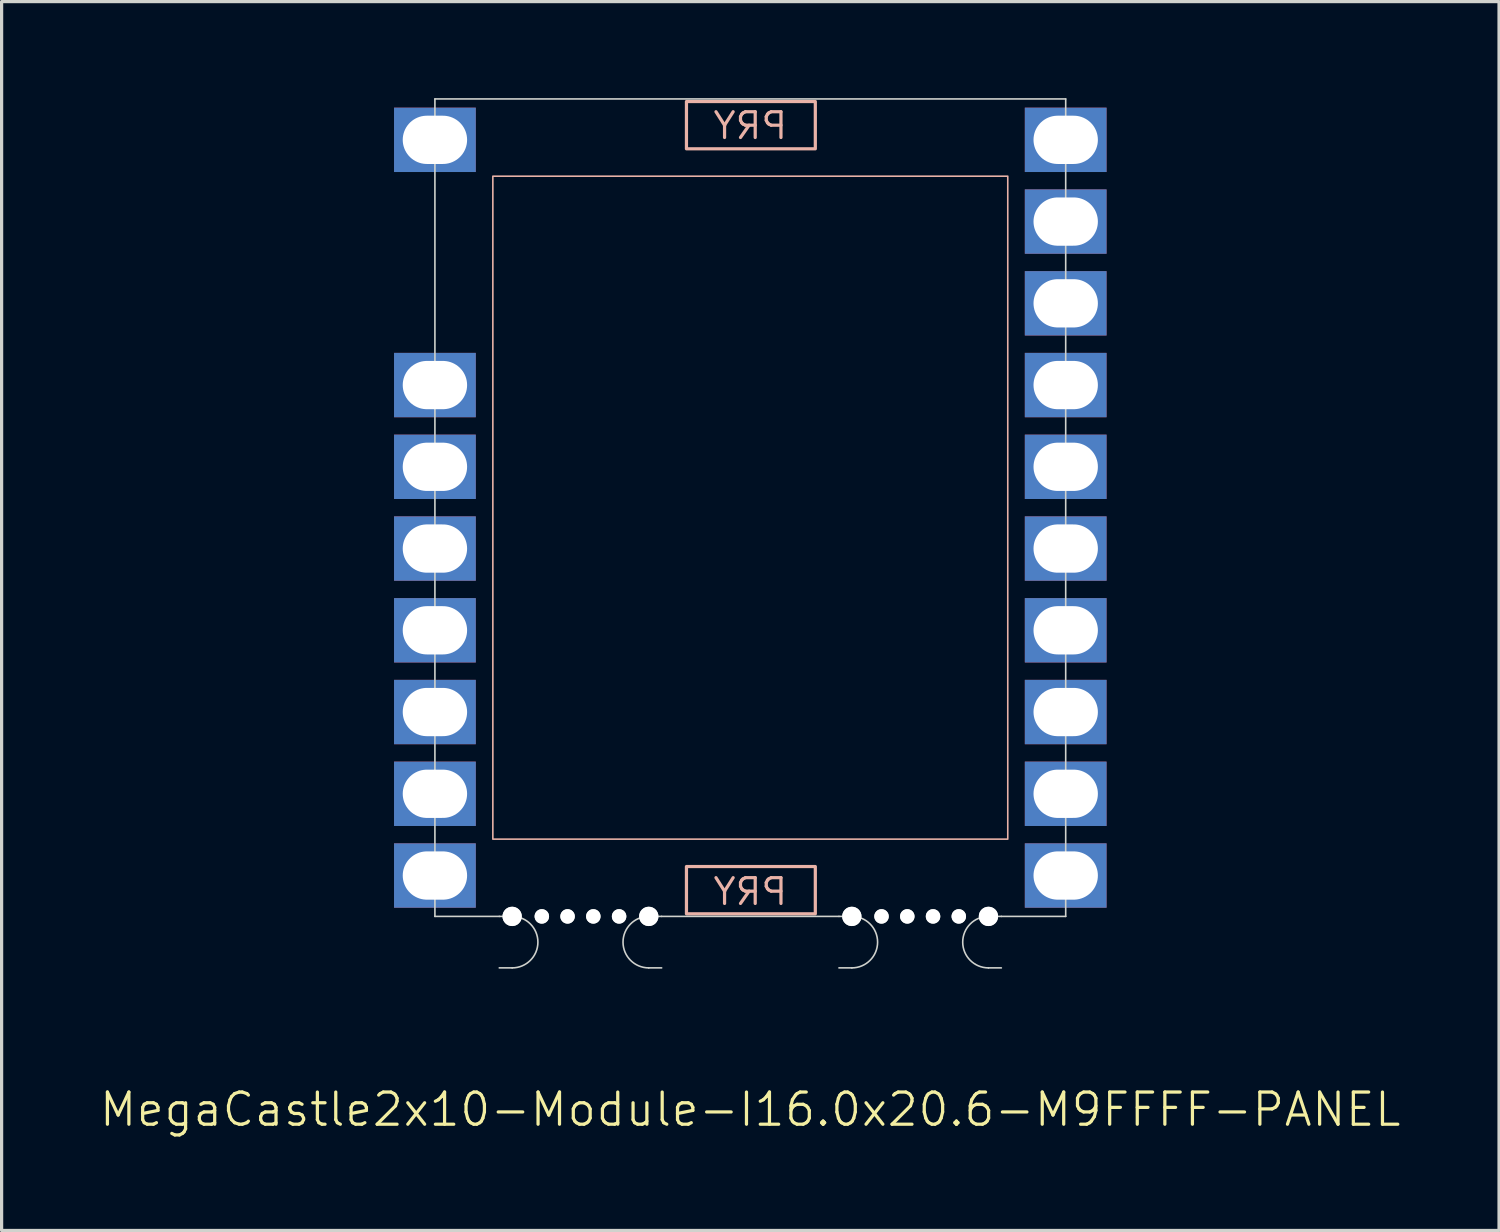
<source format=kicad_pcb>
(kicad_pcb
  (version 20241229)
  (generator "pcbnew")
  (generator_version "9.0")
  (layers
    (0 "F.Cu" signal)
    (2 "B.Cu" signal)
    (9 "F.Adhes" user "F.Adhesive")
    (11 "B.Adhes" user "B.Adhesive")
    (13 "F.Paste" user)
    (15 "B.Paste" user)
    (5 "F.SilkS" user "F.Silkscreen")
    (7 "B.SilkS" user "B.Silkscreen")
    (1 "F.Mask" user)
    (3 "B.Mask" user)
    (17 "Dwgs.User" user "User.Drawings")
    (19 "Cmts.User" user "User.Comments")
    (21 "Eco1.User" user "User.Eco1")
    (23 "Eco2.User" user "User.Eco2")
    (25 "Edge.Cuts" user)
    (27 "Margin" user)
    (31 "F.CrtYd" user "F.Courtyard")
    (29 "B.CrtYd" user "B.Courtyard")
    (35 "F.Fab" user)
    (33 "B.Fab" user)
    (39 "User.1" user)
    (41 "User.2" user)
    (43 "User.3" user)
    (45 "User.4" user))
  (footprint "MegaCastle2x10-Module-I16.0x20.6-M9FFFF-PANEL"
    (layer "F.Cu")
    (at 20.264 12.725)
    (property "Reference" "MegaCastle2x10-Module-I16.0x20.6-M9FFFF-PANEL" (at 0 18.7 0) (unlocked yes) (layer "F.SilkS") (effects (font (size 1 1) (thickness 0.1))))
    (attr smd)
    (fp_rect (start -8 10.3) (end 8 -10.3) (stroke (width 0.05) (type default)) (fill no) (layer "B.SilkS"))
    (fp_rect (start -1.984 -11.151) (end 2.02 -12.62) (stroke (width 0.1) (type default)) (fill no) (layer "B.SilkS"))
    (fp_rect (start -1.984 11.151) (end 2.02 12.62) (stroke (width 0.1) (type default)) (fill no) (layer "B.SilkS"))
    (fp_line (start -9.8 -12.7) (end -9.8 12.7) (stroke (width 0.05) (type default)) (layer "Edge.Cuts"))
    (fp_line (start -9.8 -12.7) (end 9.8 -12.7) (stroke (width 0.05) (type default)) (layer "Edge.Cuts"))
    (fp_line (start -9.8 12.7) (end -7.8 12.7) (stroke (width 0.05) (type default)) (layer "Edge.Cuts"))
    (fp_line (start -7.8 12.7) (end -7.4 12.7) (stroke (width 0.05) (type default)) (layer "Edge.Cuts"))
    (fp_line (start -7.8 14.3) (end -7.4 14.3) (stroke (width 0.05) (type default)) (layer "Edge.Cuts"))
    (fp_line (start -2.755 12.7) (end -3.155 12.7) (stroke (width 0.05) (type default)) (layer "Edge.Cuts"))
    (fp_line (start -2.755 12.7) (end 2.755 12.7) (stroke (width 0.05) (type default)) (layer "Edge.Cuts"))
    (fp_line (start -2.755 14.3) (end -3.155 14.3) (stroke (width 0.05) (type default)) (layer "Edge.Cuts"))
    (fp_line (start 2.755 12.7) (end 3.155 12.7) (stroke (width 0.05) (type default)) (layer "Edge.Cuts"))
    (fp_line (start 2.755 14.3) (end 3.155 14.3) (stroke (width 0.05) (type default)) (layer "Edge.Cuts"))
    (fp_line (start 7.8 12.7) (end 7.4 12.7) (stroke (width 0.05) (type default)) (layer "Edge.Cuts"))
    (fp_line (start 7.8 12.7) (end 9.8 12.7) (stroke (width 0.05) (type default)) (layer "Edge.Cuts"))
    (fp_line (start 7.8 14.3) (end 7.4 14.3) (stroke (width 0.05) (type default)) (layer "Edge.Cuts"))
    (fp_line (start 9.8 -12.7) (end 9.8 12.7) (stroke (width 0.05) (type default)) (layer "Edge.Cuts"))
    (fp_arc (start -7.4 12.7) (mid -6.6 13.5) (end -7.4 14.3) (stroke (width 0.05) (type default)) (layer "Edge.Cuts"))
    (fp_arc (start -3.155 14.3) (mid -3.955 13.5) (end -3.155 12.7) (stroke (width 0.05) (type default)) (layer "Edge.Cuts"))
    (fp_arc (start 3.155 12.7) (mid 3.955 13.5) (end 3.155 14.3) (stroke (width 0.05) (type default)) (layer "Edge.Cuts"))
    (fp_arc (start 7.400001 14.3) (mid 6.6 13.5) (end 7.400001 12.7) (stroke (width 0.05) (type default)) (layer "Edge.Cuts"))
    (fp_text user "PRY" (at 0 12.4 0) (unlocked yes) (layer "B.SilkS") (effects (font (size 0.8 0.8) (thickness 0.1)) (justify bottom mirror)))
    (fp_text user "PRY" (at 0 -11.4 0) (unlocked yes) (layer "B.SilkS") (effects (font (size 0.8 0.8) (thickness 0.1)) (justify bottom mirror)))
    (pad "" np_thru_hole circle (at -7.4 12.7) (size 0.6 0.6) (drill 0.6) (layers "*.Cu" "Edge.Cuts"))
    (pad "" np_thru_hole circle (at -6.478 12.7) (size 0.45 0.45) (drill 0.45) (layers "*.Cu" "Edge.Cuts"))
    (pad "" np_thru_hole circle (at -5.678 12.7) (size 0.45 0.45) (drill 0.45) (layers "*.Cu" "Edge.Cuts"))
    (pad "" np_thru_hole circle (at -4.878 12.7) (size 0.45 0.45) (drill 0.45) (layers "*.Cu" "Edge.Cuts"))
    (pad "" np_thru_hole circle (at -4.077 12.7) (size 0.45 0.45) (drill 0.45) (layers "*.Cu" "Edge.Cuts"))
    (pad "" np_thru_hole circle (at -3.155 12.7) (size 0.6 0.6) (drill 0.6) (layers "*.Cu" "Edge.Cuts"))
    (pad "" np_thru_hole circle (at 3.155 12.7) (size 0.6 0.6) (drill 0.6) (layers "*.Cu" "Edge.Cuts"))
    (pad "" np_thru_hole circle (at 4.077 12.7) (size 0.45 0.45) (drill 0.45) (layers "*.Cu" "Edge.Cuts"))
    (pad "" np_thru_hole circle (at 4.878 12.7) (size 0.45 0.45) (drill 0.45) (layers "*.Cu" "Edge.Cuts"))
    (pad "" np_thru_hole circle (at 5.678 12.7) (size 0.45 0.45) (drill 0.45) (layers "*.Cu" "Edge.Cuts"))
    (pad "" np_thru_hole circle (at 6.478 12.7) (size 0.45 0.45) (drill 0.45) (layers "*.Cu" "Edge.Cuts"))
    (pad "" np_thru_hole circle (at 7.4 12.7) (size 0.6 0.6) (drill 0.6) (layers "*.Cu" "Edge.Cuts"))
    (pad "1" thru_hole rect (at -9.8 -11.43) (size 2.54 2) (drill oval 2 1.5) (property pad_prop_castellated) (layers "*.Cu" "*.Mask"))
    (pad "4" thru_hole rect (at -9.8 -3.81) (size 2.54 2) (drill oval 2 1.5) (property pad_prop_castellated) (layers "*.Cu" "*.Mask"))
    (pad "5" thru_hole rect (at -9.8 -1.27) (size 2.54 2) (drill oval 2 1.5) (property pad_prop_castellated) (layers "*.Cu" "*.Mask"))
    (pad "6" thru_hole rect (at -9.8 1.27) (size 2.54 2) (drill oval 2 1.5) (property pad_prop_castellated) (layers "*.Cu" "*.Mask"))
    (pad "7" thru_hole rect (at -9.8 3.81) (size 2.54 2) (drill oval 2 1.5) (property pad_prop_castellated) (layers "*.Cu" "*.Mask"))
    (pad "8" thru_hole rect (at -9.8 6.35) (size 2.54 2) (drill oval 2 1.5) (property pad_prop_castellated) (layers "*.Cu" "*.Mask"))
    (pad "9" thru_hole rect (at -9.8 8.89) (size 2.54 2) (drill oval 2 1.5) (property pad_prop_castellated) (layers "*.Cu" "*.Mask"))
    (pad "10" thru_hole rect (at -9.8 11.43) (size 2.54 2) (drill oval 2 1.5) (property pad_prop_castellated) (layers "*.Cu" "*.Mask"))
    (pad "11" thru_hole rect (at 9.8 -11.43) (size 2.54 2) (drill oval 2 1.5) (property pad_prop_castellated) (layers "*.Cu" "*.Mask"))
    (pad "12" thru_hole rect (at 9.8 -8.89) (size 2.54 2) (drill oval 2 1.5) (property pad_prop_castellated) (layers "*.Cu" "*.Mask"))
    (pad "13" thru_hole rect (at 9.8 -6.35) (size 2.54 2) (drill oval 2 1.5) (property pad_prop_castellated) (layers "*.Cu" "*.Mask"))
    (pad "14" thru_hole rect (at 9.8 -3.81) (size 2.54 2) (drill oval 2 1.5) (property pad_prop_castellated) (layers "*.Cu" "*.Mask"))
    (pad "15" thru_hole rect (at 9.8 -1.27) (size 2.54 2) (drill oval 2 1.5) (property pad_prop_castellated) (layers "*.Cu" "*.Mask"))
    (pad "16" thru_hole rect (at 9.8 1.27) (size 2.54 2) (drill oval 2 1.5) (property pad_prop_castellated) (layers "*.Cu" "*.Mask"))
    (pad "17" thru_hole rect (at 9.8 3.81) (size 2.54 2) (drill oval 2 1.5) (property pad_prop_castellated) (layers "*.Cu" "*.Mask"))
    (pad "18" thru_hole rect (at 9.8 6.35) (size 2.54 2) (drill oval 2 1.5) (property pad_prop_castellated) (layers "*.Cu" "*.Mask"))
    (pad "19" thru_hole rect (at 9.8 8.89) (size 2.54 2) (drill oval 2 1.5) (property pad_prop_castellated) (layers "*.Cu" "*.Mask"))
    (pad "20" thru_hole rect (at 9.8 11.43) (size 2.54 2) (drill oval 2 1.5) (property pad_prop_castellated) (layers "*.Cu" "*.Mask"))
    (zone (net_name "") (layer "B.Cu") (hatch edge 0.5) (connect_pads) (min_thickness 0.25) (filled_areas_thickness no) (keepout (tracks allowed) (vias allowed) (pads allowed) (copperpour allowed) (footprints not_allowed)) (placement (enabled no)) (fill) (polygon (pts (xy 10.464 25.425) (xy 10.464 0.025) (xy 12.264 0.025) (xy 12.264 25.425))))
    (zone (net_name "") (layer "B.Cu") (hatch edge 0.5) (connect_pads) (min_thickness 0.25) (filled_areas_thickness no) (keepout (tracks allowed) (vias allowed) (pads allowed) (copperpour allowed) (footprints not_allowed)) (placement (enabled no)) (fill) (polygon (pts (xy 12.264 0.025) (xy 12.264 2.425) (xy 28.264 2.425) (xy 28.264 0.025))))
    (zone (net_name "") (layer "B.Cu") (hatch edge 0.5) (connect_pads) (min_thickness 0.25) (filled_areas_thickness no) (keepout (tracks allowed) (vias allowed) (pads allowed) (copperpour allowed) (footprints not_allowed)) (placement (enabled no)) (fill) (polygon (pts (xy 12.264 25.425) (xy 12.264 23.025) (xy 28.264 23.025) (xy 28.264 25.425))))
    (zone (net_name "") (layer "B.Cu") (name "Upper Pry Zone") (hatch edge 0.5) (connect_pads) (min_thickness 0.25) (filled_areas_thickness no) (keepout (tracks not_allowed) (vias not_allowed) (pads not_allowed) (copperpour allowed) (footprints not_allowed)) (placement (enabled no)) (fill) (polygon (pts (xy 18.28 1.574) (xy 18.28 0.105) (xy 22.284 0.105) (xy 22.284 1.574))))
    (zone (net_name "") (layer "B.Cu") (name "Upper Pry Zone") (hatch edge 0.5) (connect_pads) (min_thickness 0.25) (filled_areas_thickness no) (keepout (tracks not_allowed) (vias not_allowed) (pads not_allowed) (copperpour allowed) (footprints not_allowed)) (placement (enabled no)) (fill) (polygon (pts (xy 18.28 23.876) (xy 18.28 25.345) (xy 22.284 25.345) (xy 22.284 23.876))))
    (zone (net_name "") (layer "B.Cu") (hatch edge 0.5) (connect_pads) (min_thickness 0.25) (filled_areas_thickness no) (keepout (tracks allowed) (vias allowed) (pads allowed) (copperpour allowed) (footprints not_allowed)) (placement (enabled no)) (fill) (polygon (pts (xy 30.064 25.425) (xy 30.064 0.025) (xy 28.264 0.025) (xy 28.264 25.425)))))
  (gr_rect
    (start -3 -3)
    (end 43.529 35.185)
    (stroke (width 0.1) (type default))
    (fill no)
    (layer "Edge.Cuts")))
</source>
